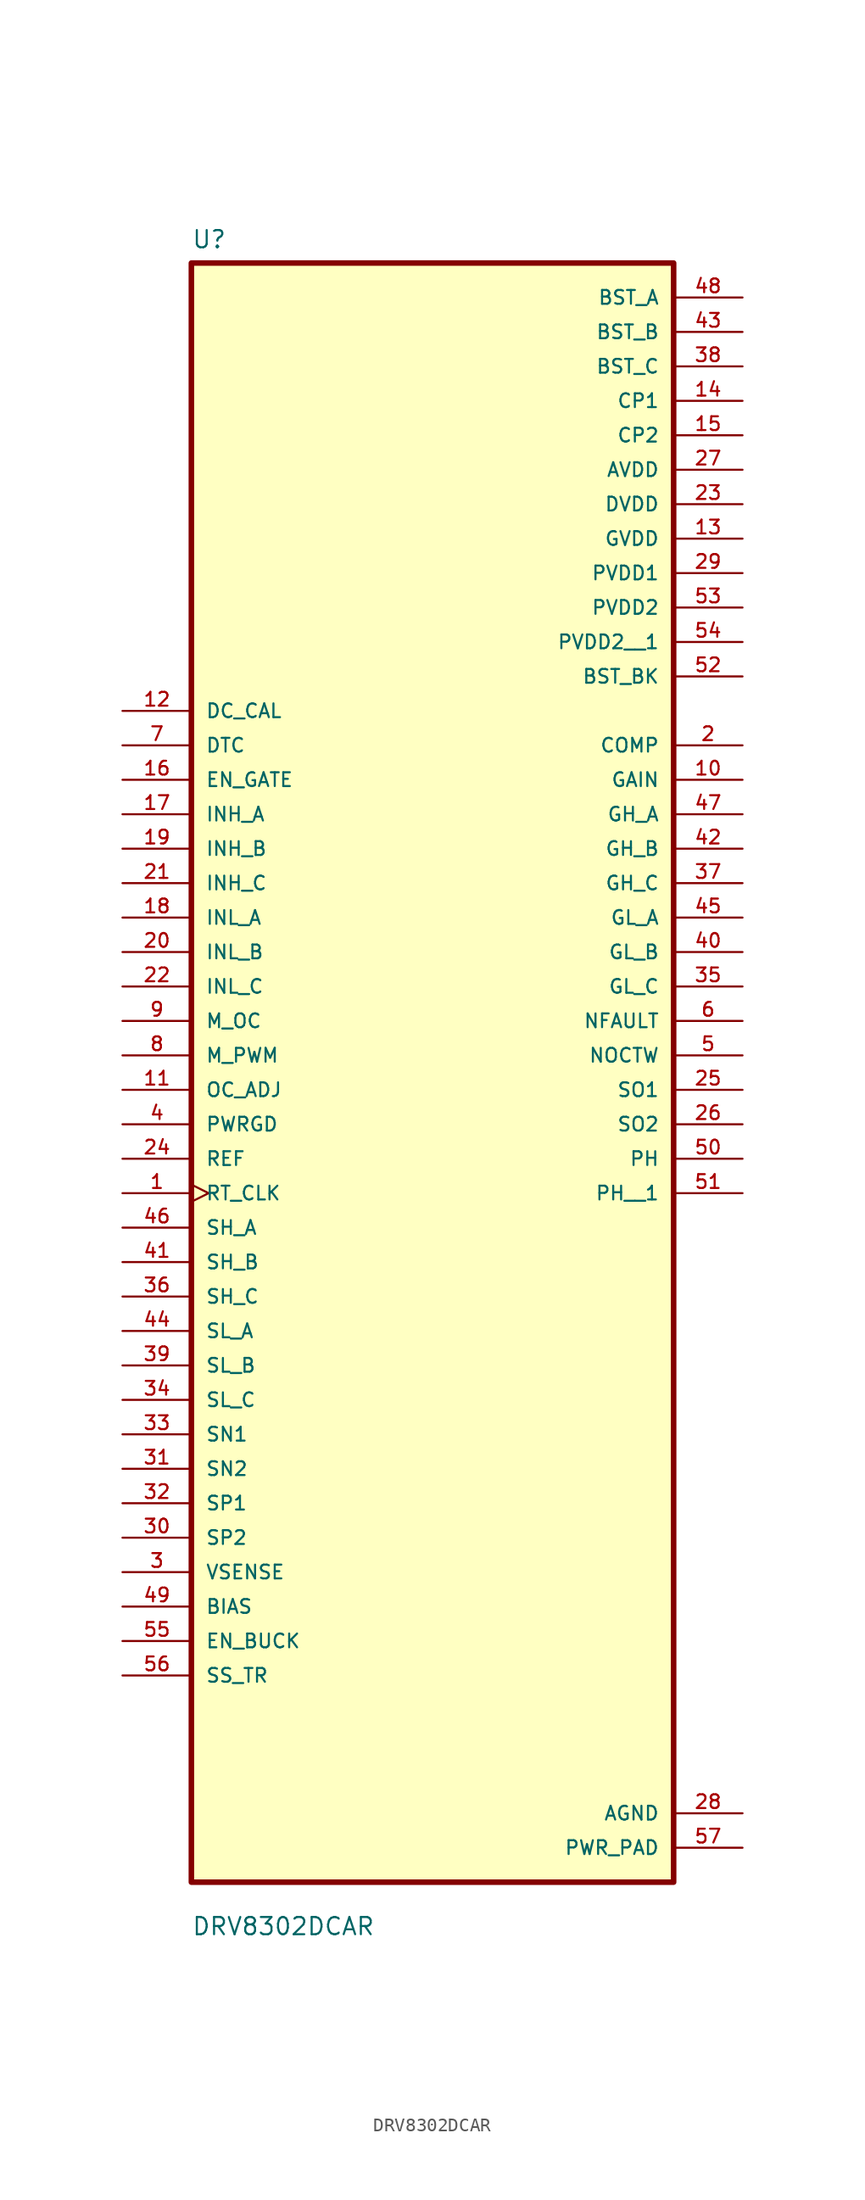
<source format=kicad_sym>
(kicad_symbol_lib
  (version 20211014)
  (generator kicad_symbol_editor)
  (symbol "DRV8302DCAR"
    (pin_names
      (offset 1.016))
    (property "Reference" "U"
      (at -17.78 56.88 0.0)
      (effects (font (size 1.27 1.27)) (justify bottom left)))
    (property "Value" "DRV8302DCAR"
      (at -17.78 -67.5 0.0)
      (effects (font (size 1.27 1.27)) (justify bottom left)))
    (symbol "DRV8302DCAR_0_0"
      (rectangle (start -17.78 -63.5) (end 17.78 55.88) (stroke (width 0.41)) (fill (type background)))
      (pin input line (at -22.86 22.86 0) (length 5.08) (name "DC_CAL" (effects (font (size 1.016 1.016)))) (number "12" (effects (font (size 1.016 1.016)))))
      (pin input line (at -22.86 20.32 0) (length 5.08) (name "DTC" (effects (font (size 1.016 1.016)))) (number "7" (effects (font (size 1.016 1.016)))))
      (pin input line (at -22.86 17.78 0) (length 5.08) (name "EN_GATE" (effects (font (size 1.016 1.016)))) (number "16" (effects (font (size 1.016 1.016)))))
      (pin input line (at -22.86 15.24 0) (length 5.08) (name "INH_A" (effects (font (size 1.016 1.016)))) (number "17" (effects (font (size 1.016 1.016)))))
      (pin input line (at -22.86 12.7 0) (length 5.08) (name "INH_B" (effects (font (size 1.016 1.016)))) (number "19" (effects (font (size 1.016 1.016)))))
      (pin input line (at -22.86 10.16 0) (length 5.08) (name "INH_C" (effects (font (size 1.016 1.016)))) (number "21" (effects (font (size 1.016 1.016)))))
      (pin input line (at -22.86 7.62 0) (length 5.08) (name "INL_A" (effects (font (size 1.016 1.016)))) (number "18" (effects (font (size 1.016 1.016)))))
      (pin input line (at -22.86 5.08 0) (length 5.08) (name "INL_B" (effects (font (size 1.016 1.016)))) (number "20" (effects (font (size 1.016 1.016)))))
      (pin input line (at -22.86 2.54 0) (length 5.08) (name "INL_C" (effects (font (size 1.016 1.016)))) (number "22" (effects (font (size 1.016 1.016)))))
      (pin input line (at -22.86 0.0 0) (length 5.08) (name "M_OC" (effects (font (size 1.016 1.016)))) (number "9" (effects (font (size 1.016 1.016)))))
      (pin input line (at -22.86 -2.54 0) (length 5.08) (name "M_PWM" (effects (font (size 1.016 1.016)))) (number "8" (effects (font (size 1.016 1.016)))))
      (pin input line (at -22.86 -5.08 0) (length 5.08) (name "OC_ADJ" (effects (font (size 1.016 1.016)))) (number "11" (effects (font (size 1.016 1.016)))))
      (pin input line (at -22.86 -7.62 0) (length 5.08) (name "PWRGD" (effects (font (size 1.016 1.016)))) (number "4" (effects (font (size 1.016 1.016)))))
      (pin input line (at -22.86 -10.16 0) (length 5.08) (name "REF" (effects (font (size 1.016 1.016)))) (number "24" (effects (font (size 1.016 1.016)))))
      (pin input clock (at -22.86 -12.7 0) (length 5.08) (name "RT_CLK" (effects (font (size 1.016 1.016)))) (number "1" (effects (font (size 1.016 1.016)))))
      (pin input line (at -22.86 -15.24 0) (length 5.08) (name "SH_A" (effects (font (size 1.016 1.016)))) (number "46" (effects (font (size 1.016 1.016)))))
      (pin input line (at -22.86 -17.78 0) (length 5.08) (name "SH_B" (effects (font (size 1.016 1.016)))) (number "41" (effects (font (size 1.016 1.016)))))
      (pin input line (at -22.86 -20.32 0) (length 5.08) (name "SH_C" (effects (font (size 1.016 1.016)))) (number "36" (effects (font (size 1.016 1.016)))))
      (pin input line (at -22.86 -22.86 0) (length 5.08) (name "SL_A" (effects (font (size 1.016 1.016)))) (number "44" (effects (font (size 1.016 1.016)))))
      (pin input line (at -22.86 -25.4 0) (length 5.08) (name "SL_B" (effects (font (size 1.016 1.016)))) (number "39" (effects (font (size 1.016 1.016)))))
      (pin input line (at -22.86 -27.94 0) (length 5.08) (name "SL_C" (effects (font (size 1.016 1.016)))) (number "34" (effects (font (size 1.016 1.016)))))
      (pin input line (at -22.86 -30.48 0) (length 5.08) (name "SN1" (effects (font (size 1.016 1.016)))) (number "33" (effects (font (size 1.016 1.016)))))
      (pin input line (at -22.86 -33.02 0) (length 5.08) (name "SN2" (effects (font (size 1.016 1.016)))) (number "31" (effects (font (size 1.016 1.016)))))
      (pin input line (at -22.86 -35.56 0) (length 5.08) (name "SP1" (effects (font (size 1.016 1.016)))) (number "32" (effects (font (size 1.016 1.016)))))
      (pin input line (at -22.86 -38.1 0) (length 5.08) (name "SP2" (effects (font (size 1.016 1.016)))) (number "30" (effects (font (size 1.016 1.016)))))
      (pin input line (at -22.86 -40.64 0) (length 5.08) (name "VSENSE" (effects (font (size 1.016 1.016)))) (number "3" (effects (font (size 1.016 1.016)))))
      (pin input line (at -22.86 -43.18 0) (length 5.08) (name "BIAS" (effects (font (size 1.016 1.016)))) (number "49" (effects (font (size 1.016 1.016)))))
      (pin bidirectional line (at 22.86 -10.16 180.0) (length 5.08) (name "PH" (effects (font (size 1.016 1.016)))) (number "50" (effects (font (size 1.016 1.016)))))
      (pin power_in line (at 22.86 25.4 180.0) (length 5.08) (name "BST_BK" (effects (font (size 1.016 1.016)))) (number "52" (effects (font (size 1.016 1.016)))))
      (pin power_in line (at 22.86 -58.42 180.0) (length 5.08) (name "AGND" (effects (font (size 1.016 1.016)))) (number "28" (effects (font (size 1.016 1.016)))))
      (pin power_in line (at 22.86 40.64 180.0) (length 5.08) (name "AVDD" (effects (font (size 1.016 1.016)))) (number "27" (effects (font (size 1.016 1.016)))))
      (pin power_in line (at 22.86 53.34 180.0) (length 5.08) (name "BST_A" (effects (font (size 1.016 1.016)))) (number "48" (effects (font (size 1.016 1.016)))))
      (pin power_in line (at 22.86 50.8 180.0) (length 5.08) (name "BST_B" (effects (font (size 1.016 1.016)))) (number "43" (effects (font (size 1.016 1.016)))))
      (pin power_in line (at 22.86 48.26 180.0) (length 5.08) (name "BST_C" (effects (font (size 1.016 1.016)))) (number "38" (effects (font (size 1.016 1.016)))))
      (pin power_in line (at 22.86 45.72 180.0) (length 5.08) (name "CP1" (effects (font (size 1.016 1.016)))) (number "14" (effects (font (size 1.016 1.016)))))
      (pin power_in line (at 22.86 43.18 180.0) (length 5.08) (name "CP2" (effects (font (size 1.016 1.016)))) (number "15" (effects (font (size 1.016 1.016)))))
      (pin power_in line (at 22.86 38.1 180.0) (length 5.08) (name "DVDD" (effects (font (size 1.016 1.016)))) (number "23" (effects (font (size 1.016 1.016)))))
      (pin power_in line (at 22.86 35.56 180.0) (length 5.08) (name "GVDD" (effects (font (size 1.016 1.016)))) (number "13" (effects (font (size 1.016 1.016)))))
      (pin power_in line (at 22.86 33.02 180.0) (length 5.08) (name "PVDD1" (effects (font (size 1.016 1.016)))) (number "29" (effects (font (size 1.016 1.016)))))
      (pin output line (at 22.86 20.32 180.0) (length 5.08) (name "COMP" (effects (font (size 1.016 1.016)))) (number "2" (effects (font (size 1.016 1.016)))))
      (pin output line (at 22.86 17.78 180.0) (length 5.08) (name "GAIN" (effects (font (size 1.016 1.016)))) (number "10" (effects (font (size 1.016 1.016)))))
      (pin output line (at 22.86 15.24 180.0) (length 5.08) (name "GH_A" (effects (font (size 1.016 1.016)))) (number "47" (effects (font (size 1.016 1.016)))))
      (pin output line (at 22.86 12.7 180.0) (length 5.08) (name "GH_B" (effects (font (size 1.016 1.016)))) (number "42" (effects (font (size 1.016 1.016)))))
      (pin output line (at 22.86 10.16 180.0) (length 5.08) (name "GH_C" (effects (font (size 1.016 1.016)))) (number "37" (effects (font (size 1.016 1.016)))))
      (pin output line (at 22.86 7.62 180.0) (length 5.08) (name "GL_A" (effects (font (size 1.016 1.016)))) (number "45" (effects (font (size 1.016 1.016)))))
      (pin output line (at 22.86 5.08 180.0) (length 5.08) (name "GL_B" (effects (font (size 1.016 1.016)))) (number "40" (effects (font (size 1.016 1.016)))))
      (pin output line (at 22.86 2.54 180.0) (length 5.08) (name "GL_C" (effects (font (size 1.016 1.016)))) (number "35" (effects (font (size 1.016 1.016)))))
      (pin output line (at 22.86 0.0 180.0) (length 5.08) (name "NFAULT" (effects (font (size 1.016 1.016)))) (number "6" (effects (font (size 1.016 1.016)))))
      (pin output line (at 22.86 -2.54 180.0) (length 5.08) (name "NOCTW" (effects (font (size 1.016 1.016)))) (number "5" (effects (font (size 1.016 1.016)))))
      (pin output line (at 22.86 -5.08 180.0) (length 5.08) (name "SO1" (effects (font (size 1.016 1.016)))) (number "25" (effects (font (size 1.016 1.016)))))
      (pin output line (at 22.86 -7.62 180.0) (length 5.08) (name "SO2" (effects (font (size 1.016 1.016)))) (number "26" (effects (font (size 1.016 1.016)))))
      (pin power_in line (at 22.86 30.48 180.0) (length 5.08) (name "PVDD2" (effects (font (size 1.016 1.016)))) (number "53" (effects (font (size 1.016 1.016)))))
      (pin input line (at -22.86 -45.72 0) (length 5.08) (name "EN_BUCK" (effects (font (size 1.016 1.016)))) (number "55" (effects (font (size 1.016 1.016)))))
      (pin input line (at -22.86 -48.26 0) (length 5.08) (name "SS_TR" (effects (font (size 1.016 1.016)))) (number "56" (effects (font (size 1.016 1.016)))))
      (pin power_in line (at 22.86 -60.96 180.0) (length 5.08) (name "PWR_PAD" (effects (font (size 1.016 1.016)))) (number "57" (effects (font (size 1.016 1.016)))))
      (pin power_in line (at 22.86 27.94 180.0) (length 5.08) (name "PVDD2__1" (effects (font (size 1.016 1.016)))) (number "54" (effects (font (size 1.016 1.016)))))
      (pin bidirectional line (at 22.86 -12.7 180.0) (length 5.08) (name "PH__1" (effects (font (size 1.016 1.016)))) (number "51" (effects (font (size 1.016 1.016))))))))
</source>
